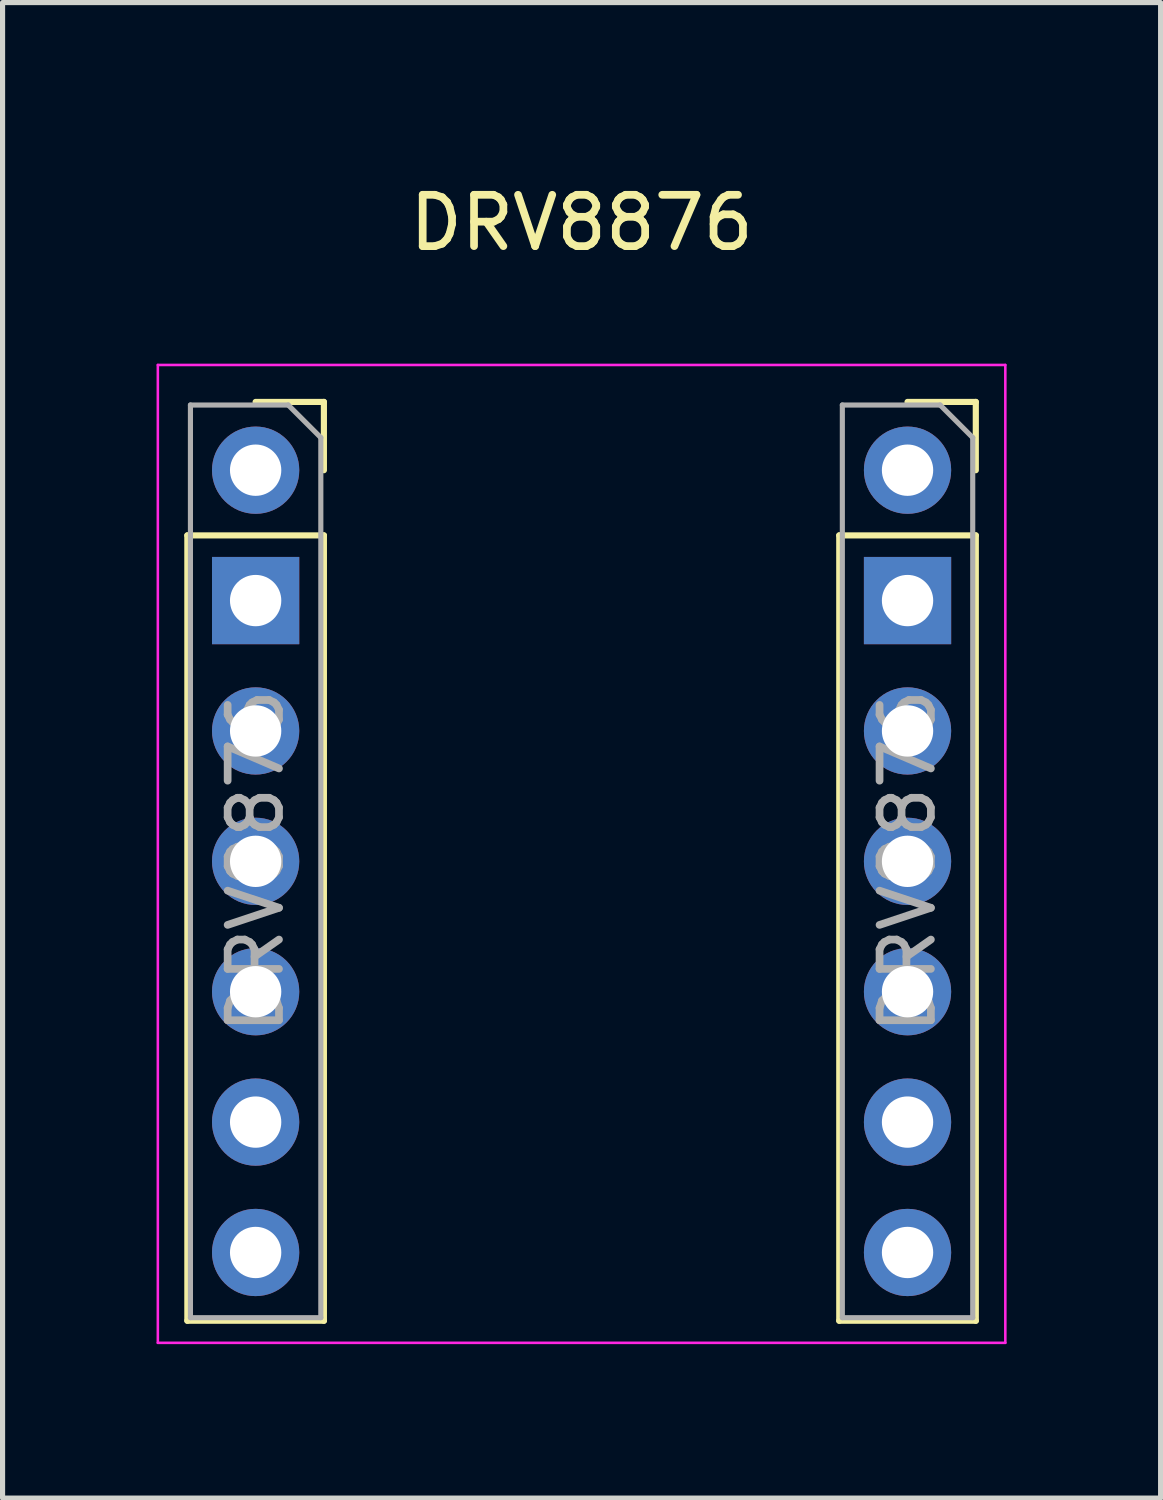
<source format=kicad_pcb>
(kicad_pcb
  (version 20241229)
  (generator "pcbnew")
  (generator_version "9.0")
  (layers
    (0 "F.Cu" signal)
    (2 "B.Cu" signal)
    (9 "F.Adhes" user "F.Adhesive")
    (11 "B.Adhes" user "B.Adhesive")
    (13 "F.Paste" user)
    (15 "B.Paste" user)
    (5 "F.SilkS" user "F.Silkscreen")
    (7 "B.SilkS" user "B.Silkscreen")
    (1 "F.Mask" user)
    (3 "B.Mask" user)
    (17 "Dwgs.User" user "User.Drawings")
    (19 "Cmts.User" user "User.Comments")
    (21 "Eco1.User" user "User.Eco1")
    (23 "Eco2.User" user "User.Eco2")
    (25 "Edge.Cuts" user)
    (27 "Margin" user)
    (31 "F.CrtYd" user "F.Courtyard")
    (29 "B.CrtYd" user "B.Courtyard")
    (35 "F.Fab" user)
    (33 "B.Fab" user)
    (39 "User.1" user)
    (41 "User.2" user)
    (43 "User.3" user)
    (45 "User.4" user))
  (footprint "DRV8876"
    (layer "F.Cu")
    (at 8.28 0.25)
    (property "Reference" "DRV8876" (at 0 1.04 0) (unlocked yes) (layer "F.SilkS") (effects (font (size 1 1) (thickness 0.15))))
    (attr smd)
    (fp_line (start -7.68 7.13) (end -7.68 22.43) (stroke (width 0.12) (type solid)) (layer "F.SilkS"))
    (fp_line (start -7.68 7.13) (end -5.02 7.13) (stroke (width 0.12) (type solid)) (layer "F.SilkS"))
    (fp_line (start -7.68 22.43) (end -5.02 22.43) (stroke (width 0.12) (type solid)) (layer "F.SilkS"))
    (fp_line (start -6.35 4.53) (end -5.02 4.53) (stroke (width 0.12) (type solid)) (layer "F.SilkS"))
    (fp_line (start -5.02 4.53) (end -5.02 5.86) (stroke (width 0.12) (type solid)) (layer "F.SilkS"))
    (fp_line (start -5.02 7.13) (end -5.02 22.43) (stroke (width 0.12) (type solid)) (layer "F.SilkS"))
    (fp_line (start 5.02 7.13) (end 5.02 22.43) (stroke (width 0.12) (type solid)) (layer "F.SilkS"))
    (fp_line (start 5.02 7.13) (end 7.68 7.13) (stroke (width 0.12) (type solid)) (layer "F.SilkS"))
    (fp_line (start 5.02 22.43) (end 7.68 22.43) (stroke (width 0.12) (type solid)) (layer "F.SilkS"))
    (fp_line (start 6.35 4.53) (end 7.68 4.53) (stroke (width 0.12) (type solid)) (layer "F.SilkS"))
    (fp_line (start 7.68 4.53) (end 7.68 5.86) (stroke (width 0.12) (type solid)) (layer "F.SilkS"))
    (fp_line (start 7.68 7.13) (end 7.68 22.43) (stroke (width 0.12) (type solid)) (layer "F.SilkS"))
    (fp_line (start -8.255 3.81) (end -8.255 22.86) (stroke (width 0.05) (type solid)) (layer "F.CrtYd"))
    (fp_line (start -8.255 22.86) (end 8.255 22.86) (stroke (width 0.05) (type solid)) (layer "F.CrtYd"))
    (fp_line (start 8.255 3.81) (end -8.255 3.81) (stroke (width 0.05) (type solid)) (layer "F.CrtYd"))
    (fp_line (start 8.255 22.86) (end 8.255 3.81) (stroke (width 0.05) (type solid)) (layer "F.CrtYd"))
    (fp_line (start -7.62 4.59) (end -5.715 4.59) (stroke (width 0.1) (type solid)) (layer "F.Fab"))
    (fp_line (start -7.62 22.37) (end -7.62 4.59) (stroke (width 0.1) (type solid)) (layer "F.Fab"))
    (fp_line (start -5.715 4.59) (end -5.08 5.225) (stroke (width 0.1) (type solid)) (layer "F.Fab"))
    (fp_line (start -5.08 5.225) (end -5.08 22.37) (stroke (width 0.1) (type solid)) (layer "F.Fab"))
    (fp_line (start -5.08 22.37) (end -7.62 22.37) (stroke (width 0.1) (type solid)) (layer "F.Fab"))
    (fp_line (start 5.08 4.59) (end 6.985 4.59) (stroke (width 0.1) (type solid)) (layer "F.Fab"))
    (fp_line (start 5.08 22.37) (end 5.08 4.59) (stroke (width 0.1) (type solid)) (layer "F.Fab"))
    (fp_line (start 6.985 4.59) (end 7.62 5.225) (stroke (width 0.1) (type solid)) (layer "F.Fab"))
    (fp_line (start 7.62 5.225) (end 7.62 22.37) (stroke (width 0.1) (type solid)) (layer "F.Fab"))
    (fp_line (start 7.62 22.37) (end 5.08 22.37) (stroke (width 0.1) (type solid)) (layer "F.Fab"))
    (fp_text user "${REFERENCE}" (at 6.35 13.48 90) (layer "F.Fab") (effects (font (size 1 1) (thickness 0.15))))
    (fp_text user "${REFERENCE}" (at -6.35 13.48 90) (layer "F.Fab") (effects (font (size 1 1) (thickness 0.15))))
    (pad "1" thru_hole circle (at -6.35 5.86) (size 1.7 1.7) (drill 1) (layers "*.Cu" "*.Mask"))
    (pad "1" thru_hole circle (at 6.35 5.86) (size 1.7 1.7) (drill 1) (layers "*.Cu" "*.Mask"))
    (pad "2" thru_hole rect (at -6.35 8.4) (size 1.7 1.7) (drill 1) (layers "*.Cu" "*.Mask"))
    (pad "2" thru_hole rect (at 6.35 8.4) (size 1.7 1.7) (drill 1) (layers "*.Cu" "*.Mask"))
    (pad "3" thru_hole oval (at -6.35 10.94) (size 1.7 1.7) (drill 1) (layers "*.Cu" "*.Mask"))
    (pad "3" thru_hole oval (at 6.35 10.94) (size 1.7 1.7) (drill 1) (layers "*.Cu" "*.Mask"))
    (pad "4" thru_hole oval (at -6.35 13.48) (size 1.7 1.7) (drill 1) (layers "*.Cu" "*.Mask"))
    (pad "4" thru_hole oval (at 6.35 13.48) (size 1.7 1.7) (drill 1) (layers "*.Cu" "*.Mask"))
    (pad "5" thru_hole oval (at -6.35 16.02) (size 1.7 1.7) (drill 1) (layers "*.Cu" "*.Mask"))
    (pad "5" thru_hole oval (at 6.35 16.02) (size 1.7 1.7) (drill 1) (layers "*.Cu" "*.Mask"))
    (pad "6" thru_hole oval (at -6.35 18.56) (size 1.7 1.7) (drill 1) (layers "*.Cu" "*.Mask"))
    (pad "6" thru_hole oval (at 6.35 18.56) (size 1.7 1.7) (drill 1) (layers "*.Cu" "*.Mask"))
    (pad "7" thru_hole oval (at -6.35 21.1) (size 1.7 1.7) (drill 1) (layers "*.Cu" "*.Mask"))
    (pad "7" thru_hole oval (at 6.35 21.1) (size 1.7 1.7) (drill 1) (layers "*.Cu" "*.Mask")))
  (gr_rect
    (start -3 -3)
    (end 19.56 26.135)
    (stroke (width 0.1) (type default))
    (fill no)
    (layer "Edge.Cuts")))
</source>
